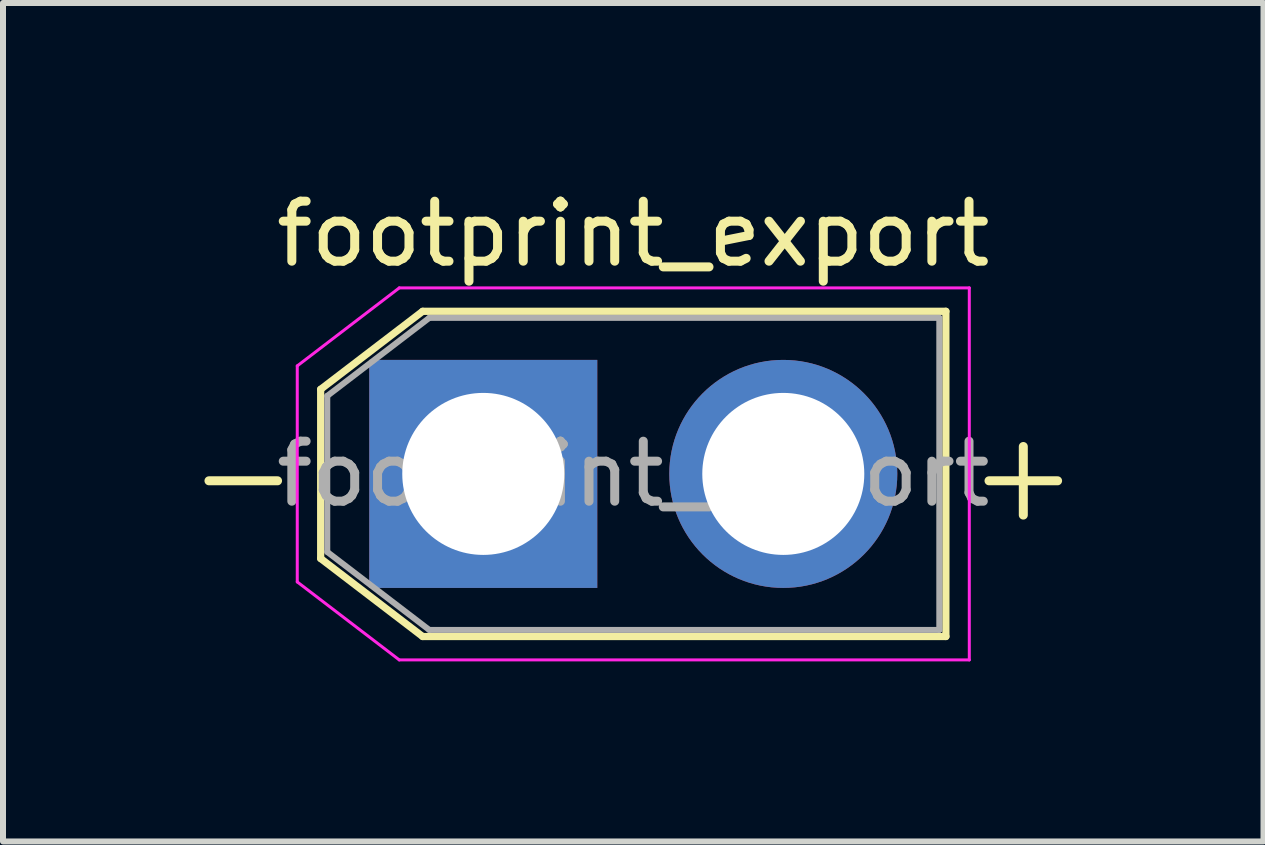
<source format=kicad_pcb>
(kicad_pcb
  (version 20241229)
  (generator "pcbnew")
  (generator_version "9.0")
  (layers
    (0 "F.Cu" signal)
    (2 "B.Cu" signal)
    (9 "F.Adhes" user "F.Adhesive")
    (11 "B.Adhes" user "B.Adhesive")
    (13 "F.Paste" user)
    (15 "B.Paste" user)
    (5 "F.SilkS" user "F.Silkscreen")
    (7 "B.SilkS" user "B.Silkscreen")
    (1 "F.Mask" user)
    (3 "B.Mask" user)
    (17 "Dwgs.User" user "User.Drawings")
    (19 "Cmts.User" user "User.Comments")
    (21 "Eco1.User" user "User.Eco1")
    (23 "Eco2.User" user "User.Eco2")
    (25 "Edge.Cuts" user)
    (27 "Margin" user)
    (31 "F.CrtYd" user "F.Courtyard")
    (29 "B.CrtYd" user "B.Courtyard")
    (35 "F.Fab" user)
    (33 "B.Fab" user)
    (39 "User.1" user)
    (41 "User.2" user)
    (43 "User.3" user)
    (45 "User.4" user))
  (footprint "footprint_export"
    (layer "F.Cu")
    (at 5.004 4.848)
    (property "Reference" "footprint_export" (at 2.5 -4 0) (layer "F.SilkS") (effects (font (size 1 1) (thickness 0.15))))
    (attr through_hole)
    (fp_line (start -2.71 -1.41) (end -2.71 1.41) (stroke (width 0.12) (type solid)) (layer "F.SilkS"))
    (fp_line (start -2.71 -1.41) (end -1.01 -2.71) (stroke (width 0.12) (type solid)) (layer "F.SilkS"))
    (fp_line (start -2.71 1.41) (end -1.01 2.71) (stroke (width 0.12) (type solid)) (layer "F.SilkS"))
    (fp_line (start -1.01 -2.71) (end 7.71 -2.71) (stroke (width 0.12) (type solid)) (layer "F.SilkS"))
    (fp_line (start -1.01 2.71) (end 7.71 2.71) (stroke (width 0.12) (type solid)) (layer "F.SilkS"))
    (fp_line (start 7.71 -2.71) (end 7.71 2.71) (stroke (width 0.12) (type solid)) (layer "F.SilkS"))
    (fp_line (start -3.1 -1.8) (end -3.1 1.8) (stroke (width 0.05) (type solid)) (layer "F.CrtYd"))
    (fp_line (start -3.1 -1.8) (end -1.4 -3.1) (stroke (width 0.05) (type solid)) (layer "F.CrtYd"))
    (fp_line (start -3.1 1.8) (end -1.4 3.1) (stroke (width 0.05) (type solid)) (layer "F.CrtYd"))
    (fp_line (start -1.4 -3.1) (end 8.1 -3.1) (stroke (width 0.05) (type solid)) (layer "F.CrtYd"))
    (fp_line (start -1.4 3.1) (end 8.1 3.1) (stroke (width 0.05) (type solid)) (layer "F.CrtYd"))
    (fp_line (start 8.1 -3.1) (end 8.1 3.1) (stroke (width 0.05) (type solid)) (layer "F.CrtYd"))
    (fp_line (start -2.6 -1.3) (end -2.6 1.3) (stroke (width 0.1) (type solid)) (layer "F.Fab"))
    (fp_line (start -2.6 -1.3) (end -0.9 -2.6) (stroke (width 0.1) (type solid)) (layer "F.Fab"))
    (fp_line (start -2.6 1.3) (end -0.9 2.6) (stroke (width 0.1) (type solid)) (layer "F.Fab"))
    (fp_line (start -0.9 -2.6) (end 7.6 -2.6) (stroke (width 0.1) (type solid)) (layer "F.Fab"))
    (fp_line (start -0.9 2.6) (end 7.6 2.6) (stroke (width 0.1) (type solid)) (layer "F.Fab"))
    (fp_line (start 7.6 -2.6) (end 7.6 2.6) (stroke (width 0.1) (type solid)) (layer "F.Fab"))
    (fp_text user "+" (at 9 0 0) (layer "F.SilkS") (effects (font (size 1.5 1.5) (thickness 0.15))))
    (fp_text user "-" (at -4 0 0) (layer "F.SilkS") (effects (font (size 1.5 1.5) (thickness 0.15))))
    (fp_text user "${REFERENCE}" (at 2.5 0 0) (layer "F.Fab") (effects (font (size 1 1) (thickness 0.15))))
    (pad "1" thru_hole rect (at 0 0) (size 3.8 3.8) (drill 2.7) (layers "*.Cu" "*.Mask"))
    (pad "2" thru_hole circle (at 5 0) (size 3.8 3.8) (drill 2.7) (layers "*.Cu" "*.Mask")))
  (gr_rect
    (start -3 -3)
    (end 18.007 10.973)
    (stroke (width 0.1) (type default))
    (fill no)
    (layer "Edge.Cuts")))
</source>
